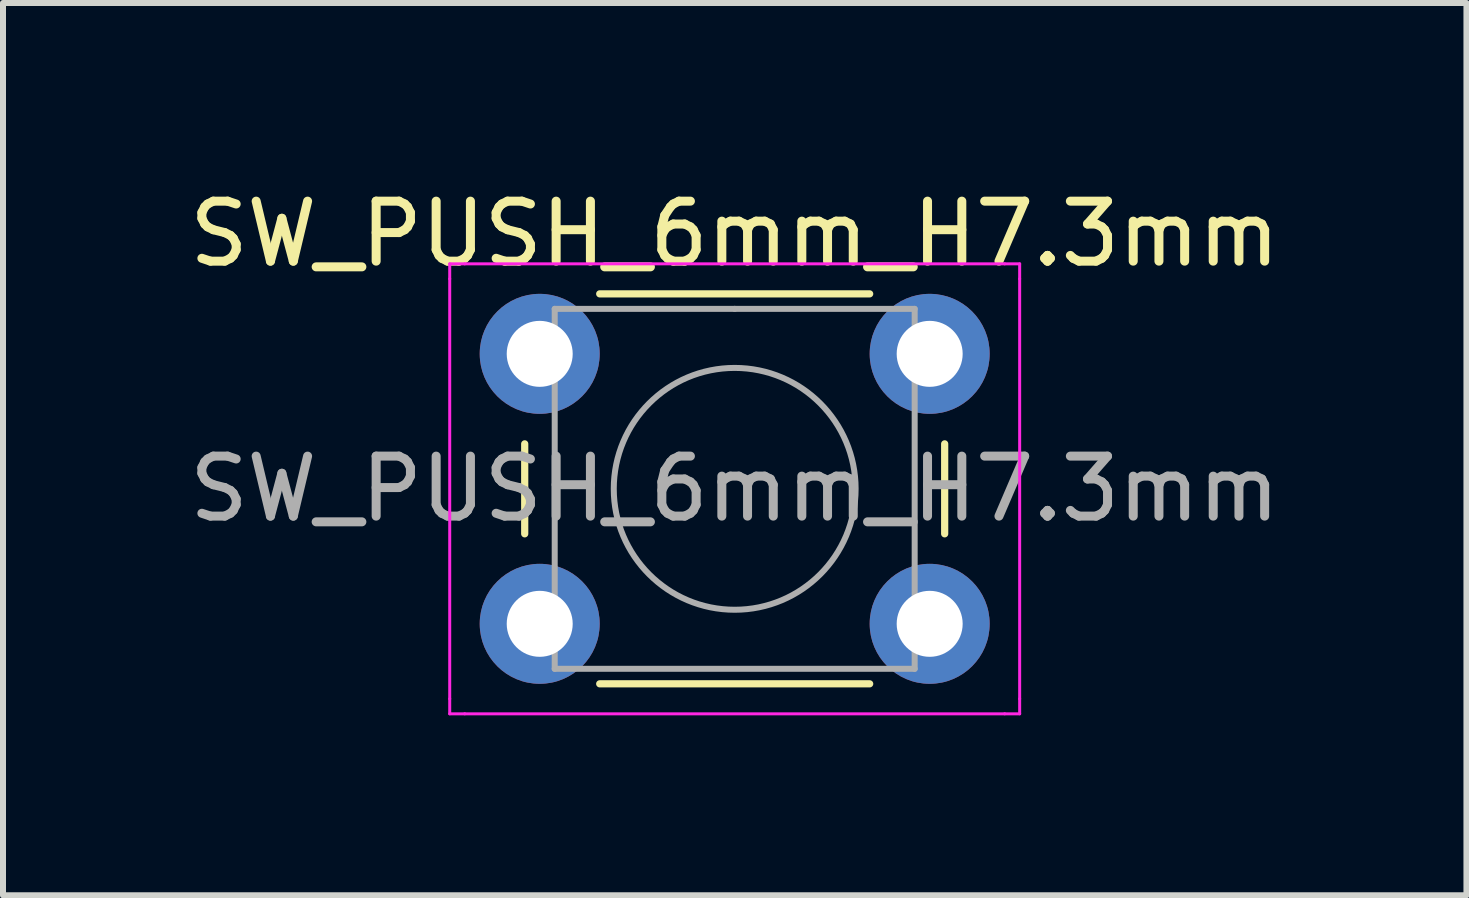
<source format=kicad_pcb>
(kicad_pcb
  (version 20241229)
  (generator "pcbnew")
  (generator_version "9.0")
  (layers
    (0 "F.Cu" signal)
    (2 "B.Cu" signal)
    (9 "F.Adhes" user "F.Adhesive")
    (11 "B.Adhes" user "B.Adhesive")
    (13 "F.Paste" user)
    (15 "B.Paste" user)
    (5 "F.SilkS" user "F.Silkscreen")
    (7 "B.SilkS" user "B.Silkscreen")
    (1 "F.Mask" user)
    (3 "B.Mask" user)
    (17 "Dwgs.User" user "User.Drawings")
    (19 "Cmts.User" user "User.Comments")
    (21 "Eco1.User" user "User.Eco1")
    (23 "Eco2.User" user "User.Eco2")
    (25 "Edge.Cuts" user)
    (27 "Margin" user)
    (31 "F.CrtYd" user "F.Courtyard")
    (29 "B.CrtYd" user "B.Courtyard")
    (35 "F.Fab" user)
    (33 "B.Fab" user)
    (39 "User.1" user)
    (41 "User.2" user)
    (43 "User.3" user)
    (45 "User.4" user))
  (footprint "SW_PUSH_6mm_H7.3mm"
    (layer "F.Cu")
    (at 5.946 2.848)
    (property "Reference" "SW_PUSH_6mm_H7.3mm" (at 3.25 -2 0) (layer "F.SilkS") (effects (font (size 1 1) (thickness 0.15))))
    (attr through_hole)
    (fp_line (start -0.25 1.5) (end -0.25 3) (stroke (width 0.12) (type solid)) (layer "F.SilkS"))
    (fp_line (start 1 5.5) (end 5.5 5.5) (stroke (width 0.12) (type solid)) (layer "F.SilkS"))
    (fp_line (start 5.5 -1) (end 1 -1) (stroke (width 0.12) (type solid)) (layer "F.SilkS"))
    (fp_line (start 6.75 3) (end 6.75 1.5) (stroke (width 0.12) (type solid)) (layer "F.SilkS"))
    (fp_line (start -1.5 -1.5) (end -1.25 -1.5) (stroke (width 0.05) (type solid)) (layer "F.CrtYd"))
    (fp_line (start -1.5 -1.25) (end -1.5 -1.5) (stroke (width 0.05) (type solid)) (layer "F.CrtYd"))
    (fp_line (start -1.5 5.75) (end -1.5 -1.25) (stroke (width 0.05) (type solid)) (layer "F.CrtYd"))
    (fp_line (start -1.5 5.75) (end -1.5 6) (stroke (width 0.05) (type solid)) (layer "F.CrtYd"))
    (fp_line (start -1.5 6) (end -1.25 6) (stroke (width 0.05) (type solid)) (layer "F.CrtYd"))
    (fp_line (start -1.25 -1.5) (end 7.75 -1.5) (stroke (width 0.05) (type solid)) (layer "F.CrtYd"))
    (fp_line (start 7.75 -1.5) (end 8 -1.5) (stroke (width 0.05) (type solid)) (layer "F.CrtYd"))
    (fp_line (start 7.75 6) (end -1.25 6) (stroke (width 0.05) (type solid)) (layer "F.CrtYd"))
    (fp_line (start 7.75 6) (end 8 6) (stroke (width 0.05) (type solid)) (layer "F.CrtYd"))
    (fp_line (start 8 -1.5) (end 8 -1.25) (stroke (width 0.05) (type solid)) (layer "F.CrtYd"))
    (fp_line (start 8 -1.25) (end 8 5.75) (stroke (width 0.05) (type solid)) (layer "F.CrtYd"))
    (fp_line (start 8 6) (end 8 5.75) (stroke (width 0.05) (type solid)) (layer "F.CrtYd"))
    (fp_line (start 0.25 -0.75) (end 3.25 -0.75) (stroke (width 0.1) (type solid)) (layer "F.Fab"))
    (fp_line (start 0.25 5.25) (end 0.25 -0.75) (stroke (width 0.1) (type solid)) (layer "F.Fab"))
    (fp_line (start 3.25 -0.75) (end 6.25 -0.75) (stroke (width 0.1) (type solid)) (layer "F.Fab"))
    (fp_line (start 6.25 -0.75) (end 6.25 5.25) (stroke (width 0.1) (type solid)) (layer "F.Fab"))
    (fp_line (start 6.25 5.25) (end 0.25 5.25) (stroke (width 0.1) (type solid)) (layer "F.Fab"))
    (fp_circle (center 3.25 2.25) (end 1.25 2.5) (stroke (width 0.1) (type solid)) (fill no) (layer "F.Fab"))
    (fp_text user "${REFERENCE}" (at 3.25 2.25 0) (layer "F.Fab") (effects (font (size 1 1) (thickness 0.15))))
    (pad "1" thru_hole circle (at 0 0 90) (size 2 2) (drill 1.1) (layers "*.Cu" "*.Mask"))
    (pad "2" thru_hole circle (at 6.5 0 90) (size 2 2) (drill 1.1) (layers "*.Cu" "*.Mask"))
    (pad "3" thru_hole circle (at 0 4.5 90) (size 2 2) (drill 1.1) (layers "*.Cu" "*.Mask"))
    (pad "4" thru_hole circle (at 6.5 4.5 90) (size 2 2) (drill 1.1) (layers "*.Cu" "*.Mask")))
  (gr_rect
    (start -3 -3)
    (end 21.393 11.873)
    (stroke (width 0.1) (type default))
    (fill no)
    (layer "Edge.Cuts")))
</source>
